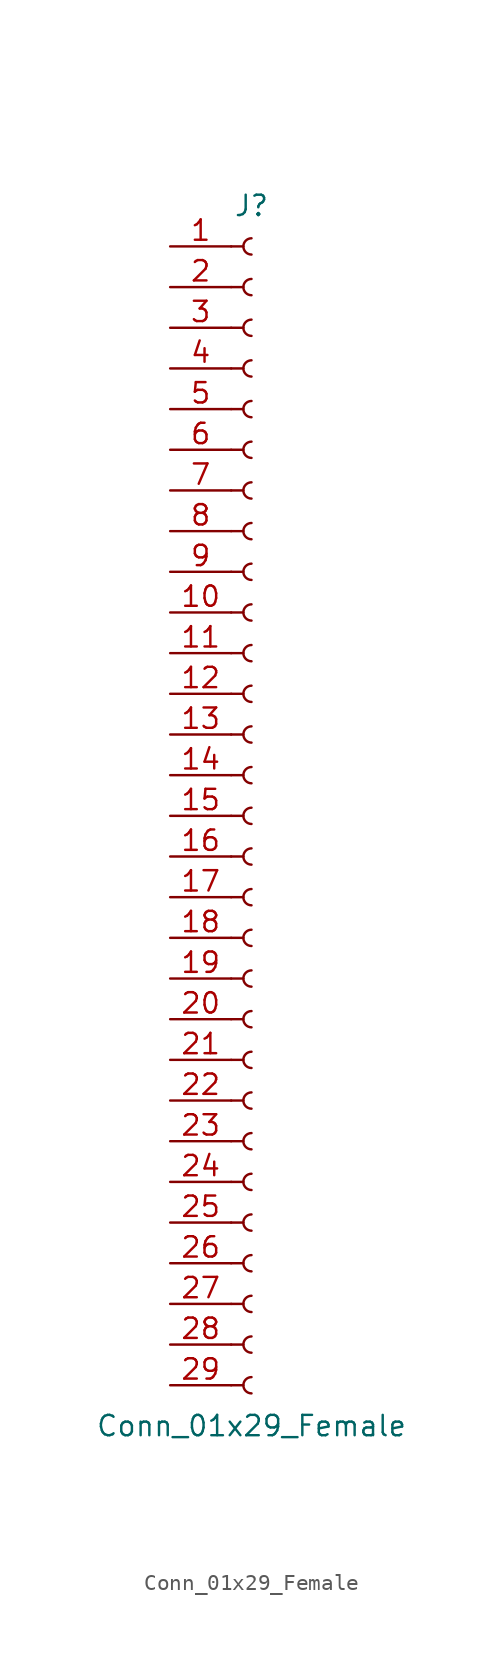
<source format=kicad_sym>
(kicad_symbol_lib
  (version 20201005)
  (generator kicad_symbol_editor)
  (symbol "Conn_01x29_Female"
    (pin_names
      (offset 1.016) hide)
    (property "Reference" "J"
      (at 0 38.1 0)
      (effects (font (size 1.27 1.27))))
    (property "Value" "Conn_01x29_Female"
      (at 0 -38.1 0)
      (effects (font (size 1.27 1.27))))
    (symbol "Conn_01x29_Female_1_1"
      (arc (start 0 -35.052) (end 0 -36.068) (radius (at 0 -35.56) (length 0.508) (angles 90.1 -90.1)) (stroke (width 0.1524)) (fill (type none)))
      (arc (start 0 -32.512) (end 0 -33.528) (radius (at 0 -33.02) (length 0.508) (angles 90.1 -90.1)) (stroke (width 0.1524)) (fill (type none)))
      (arc (start 0 -29.972) (end 0 -30.988) (radius (at 0 -30.48) (length 0.508) (angles 90.1 -90.1)) (stroke (width 0.1524)) (fill (type none)))
      (arc (start 0 -27.432) (end 0 -28.448) (radius (at 0 -27.94) (length 0.508) (angles 90.1 -90.1)) (stroke (width 0.1524)) (fill (type none)))
      (arc (start 0 -24.892) (end 0 -25.908) (radius (at 0 -25.4) (length 0.508) (angles 90.1 -90.1)) (stroke (width 0.1524)) (fill (type none)))
      (arc (start 0 -22.352) (end 0 -23.368) (radius (at 0 -22.86) (length 0.508) (angles 90.1 -90.1)) (stroke (width 0.1524)) (fill (type none)))
      (arc (start 0 -19.812) (end 0 -20.828) (radius (at 0 -20.32) (length 0.508) (angles 90.1 -90.1)) (stroke (width 0.1524)) (fill (type none)))
      (arc (start 0 -17.272) (end 0 -18.288) (radius (at 0 -17.78) (length 0.508) (angles 90.1 -90.1)) (stroke (width 0.1524)) (fill (type none)))
      (arc (start 0 -14.732) (end 0 -15.748) (radius (at 0 -15.24) (length 0.508) (angles 90.1 -90.1)) (stroke (width 0.1524)) (fill (type none)))
      (arc (start 0 -12.192) (end 0 -13.208) (radius (at 0 -12.7) (length 0.508) (angles 90.1 -90.1)) (stroke (width 0.1524)) (fill (type none)))
      (arc (start 0 -9.652) (end 0 -10.668) (radius (at 0 -10.16) (length 0.508) (angles 90.1 -90.1)) (stroke (width 0.1524)) (fill (type none)))
      (arc (start 0 -7.112) (end 0 -8.128) (radius (at 0 -7.62) (length 0.508) (angles 90.1 -90.1)) (stroke (width 0.1524)) (fill (type none)))
      (arc (start 0 -4.572) (end 0 -5.588) (radius (at 0 -5.08) (length 0.508) (angles 90.1 -90.1)) (stroke (width 0.1524)) (fill (type none)))
      (arc (start 0 -2.032) (end 0 -3.048) (radius (at 0 -2.54) (length 0.508) (angles 90.1 -90.1)) (stroke (width 0.1524)) (fill (type none)))
      (arc (start 0 0.508) (end 0 -0.508) (radius (at 0 0) (length 0.508) (angles 90.1 -90.1)) (stroke (width 0.1524)) (fill (type none)))
      (arc (start 0 3.048) (end 0 2.032) (radius (at 0 2.54) (length 0.508) (angles 90.1 -90.1)) (stroke (width 0.1524)) (fill (type none)))
      (arc (start 0 5.588) (end 0 4.572) (radius (at 0 5.08) (length 0.508) (angles 90.1 -90.1)) (stroke (width 0.1524)) (fill (type none)))
      (arc (start 0 8.128) (end 0 7.112) (radius (at 0 7.62) (length 0.508) (angles 90.1 -90.1)) (stroke (width 0.1524)) (fill (type none)))
      (arc (start 0 10.668) (end 0 9.652) (radius (at 0 10.16) (length 0.508) (angles 90.1 -90.1)) (stroke (width 0.1524)) (fill (type none)))
      (arc (start 0 13.208) (end 0 12.192) (radius (at 0 12.7) (length 0.508) (angles 90.1 -90.1)) (stroke (width 0.1524)) (fill (type none)))
      (arc (start 0 15.748) (end 0 14.732) (radius (at 0 15.24) (length 0.508) (angles 90.1 -90.1)) (stroke (width 0.1524)) (fill (type none)))
      (arc (start 0 18.288) (end 0 17.272) (radius (at 0 17.78) (length 0.508) (angles 90.1 -90.1)) (stroke (width 0.1524)) (fill (type none)))
      (arc (start 0 20.828) (end 0 19.812) (radius (at 0 20.32) (length 0.508) (angles 90.1 -90.1)) (stroke (width 0.1524)) (fill (type none)))
      (arc (start 0 23.368) (end 0 22.352) (radius (at 0 22.86) (length 0.508) (angles 90.1 -90.1)) (stroke (width 0.1524)) (fill (type none)))
      (arc (start 0 25.908) (end 0 24.892) (radius (at 0 25.4) (length 0.508) (angles 90.1 -90.1)) (stroke (width 0.1524)) (fill (type none)))
      (arc (start 0 28.448) (end 0 27.432) (radius (at 0 27.94) (length 0.508) (angles 90.1 -90.1)) (stroke (width 0.1524)) (fill (type none)))
      (arc (start 0 30.988) (end 0 29.972) (radius (at 0 30.48) (length 0.508) (angles 90.1 -90.1)) (stroke (width 0.1524)) (fill (type none)))
      (arc (start 0 33.528) (end 0 32.512) (radius (at 0 33.02) (length 0.508) (angles 90.1 -90.1)) (stroke (width 0.1524)) (fill (type none)))
      (arc (start 0 36.068) (end 0 35.052) (radius (at 0 35.56) (length 0.508) (angles 90.1 -90.1)) (stroke (width 0.1524)) (fill (type none)))
      (polyline (pts (xy -1.27 -35.56) (xy -0.508 -35.56)) (stroke (width 0.152)) (fill (type none)))
      (polyline (pts (xy -1.27 -33.02) (xy -0.508 -33.02)) (stroke (width 0.152)) (fill (type none)))
      (polyline (pts (xy -1.27 -30.48) (xy -0.508 -30.48)) (stroke (width 0.152)) (fill (type none)))
      (polyline (pts (xy -1.27 -27.94) (xy -0.508 -27.94)) (stroke (width 0.152)) (fill (type none)))
      (polyline (pts (xy -1.27 -25.4) (xy -0.508 -25.4)) (stroke (width 0.152)) (fill (type none)))
      (polyline (pts (xy -1.27 -22.86) (xy -0.508 -22.86)) (stroke (width 0.152)) (fill (type none)))
      (polyline (pts (xy -1.27 -20.32) (xy -0.508 -20.32)) (stroke (width 0.152)) (fill (type none)))
      (polyline (pts (xy -1.27 -17.78) (xy -0.508 -17.78)) (stroke (width 0.152)) (fill (type none)))
      (polyline (pts (xy -1.27 -15.24) (xy -0.508 -15.24)) (stroke (width 0.152)) (fill (type none)))
      (polyline (pts (xy -1.27 -12.7) (xy -0.508 -12.7)) (stroke (width 0.152)) (fill (type none)))
      (polyline (pts (xy -1.27 -10.16) (xy -0.508 -10.16)) (stroke (width 0.152)) (fill (type none)))
      (polyline (pts (xy -1.27 -7.62) (xy -0.508 -7.62)) (stroke (width 0.152)) (fill (type none)))
      (polyline (pts (xy -1.27 -5.08) (xy -0.508 -5.08)) (stroke (width 0.152)) (fill (type none)))
      (polyline (pts (xy -1.27 -2.54) (xy -0.508 -2.54)) (stroke (width 0.152)) (fill (type none)))
      (polyline (pts (xy -1.27 0) (xy -0.508 0)) (stroke (width 0.152)) (fill (type none)))
      (polyline (pts (xy -1.27 2.54) (xy -0.508 2.54)) (stroke (width 0.152)) (fill (type none)))
      (polyline (pts (xy -1.27 5.08) (xy -0.508 5.08)) (stroke (width 0.152)) (fill (type none)))
      (polyline (pts (xy -1.27 7.62) (xy -0.508 7.62)) (stroke (width 0.152)) (fill (type none)))
      (polyline (pts (xy -1.27 10.16) (xy -0.508 10.16)) (stroke (width 0.152)) (fill (type none)))
      (polyline (pts (xy -1.27 12.7) (xy -0.508 12.7)) (stroke (width 0.152)) (fill (type none)))
      (polyline (pts (xy -1.27 15.24) (xy -0.508 15.24)) (stroke (width 0.152)) (fill (type none)))
      (polyline (pts (xy -1.27 17.78) (xy -0.508 17.78)) (stroke (width 0.152)) (fill (type none)))
      (polyline (pts (xy -1.27 20.32) (xy -0.508 20.32)) (stroke (width 0.152)) (fill (type none)))
      (polyline (pts (xy -1.27 22.86) (xy -0.508 22.86)) (stroke (width 0.152)) (fill (type none)))
      (polyline (pts (xy -1.27 25.4) (xy -0.508 25.4)) (stroke (width 0.152)) (fill (type none)))
      (polyline (pts (xy -1.27 27.94) (xy -0.508 27.94)) (stroke (width 0.152)) (fill (type none)))
      (polyline (pts (xy -1.27 30.48) (xy -0.508 30.48)) (stroke (width 0.152)) (fill (type none)))
      (polyline (pts (xy -1.27 33.02) (xy -0.508 33.02)) (stroke (width 0.152)) (fill (type none)))
      (polyline (pts (xy -1.27 35.56) (xy -0.508 35.56)) (stroke (width 0.152)) (fill (type none)))
      (pin passive line (at -5.08 35.56 0) (length 3.81) (name "Pin_1" (effects (font (size 1.27 1.27)))) (number "1" (effects (font (size 1.27 1.27)))))
      (pin passive line (at -5.08 12.7 0) (length 3.81) (name "Pin_10" (effects (font (size 1.27 1.27)))) (number "10" (effects (font (size 1.27 1.27)))))
      (pin passive line (at -5.08 10.16 0) (length 3.81) (name "Pin_11" (effects (font (size 1.27 1.27)))) (number "11" (effects (font (size 1.27 1.27)))))
      (pin passive line (at -5.08 7.62 0) (length 3.81) (name "Pin_12" (effects (font (size 1.27 1.27)))) (number "12" (effects (font (size 1.27 1.27)))))
      (pin passive line (at -5.08 5.08 0) (length 3.81) (name "Pin_13" (effects (font (size 1.27 1.27)))) (number "13" (effects (font (size 1.27 1.27)))))
      (pin passive line (at -5.08 2.54 0) (length 3.81) (name "Pin_14" (effects (font (size 1.27 1.27)))) (number "14" (effects (font (size 1.27 1.27)))))
      (pin passive line (at -5.08 0 0) (length 3.81) (name "Pin_15" (effects (font (size 1.27 1.27)))) (number "15" (effects (font (size 1.27 1.27)))))
      (pin passive line (at -5.08 -2.54 0) (length 3.81) (name "Pin_16" (effects (font (size 1.27 1.27)))) (number "16" (effects (font (size 1.27 1.27)))))
      (pin passive line (at -5.08 -5.08 0) (length 3.81) (name "Pin_17" (effects (font (size 1.27 1.27)))) (number "17" (effects (font (size 1.27 1.27)))))
      (pin passive line (at -5.08 -7.62 0) (length 3.81) (name "Pin_18" (effects (font (size 1.27 1.27)))) (number "18" (effects (font (size 1.27 1.27)))))
      (pin passive line (at -5.08 -10.16 0) (length 3.81) (name "Pin_19" (effects (font (size 1.27 1.27)))) (number "19" (effects (font (size 1.27 1.27)))))
      (pin passive line (at -5.08 33.02 0) (length 3.81) (name "Pin_2" (effects (font (size 1.27 1.27)))) (number "2" (effects (font (size 1.27 1.27)))))
      (pin passive line (at -5.08 -12.7 0) (length 3.81) (name "Pin_20" (effects (font (size 1.27 1.27)))) (number "20" (effects (font (size 1.27 1.27)))))
      (pin passive line (at -5.08 -15.24 0) (length 3.81) (name "Pin_21" (effects (font (size 1.27 1.27)))) (number "21" (effects (font (size 1.27 1.27)))))
      (pin passive line (at -5.08 -17.78 0) (length 3.81) (name "Pin_22" (effects (font (size 1.27 1.27)))) (number "22" (effects (font (size 1.27 1.27)))))
      (pin passive line (at -5.08 -20.32 0) (length 3.81) (name "Pin_23" (effects (font (size 1.27 1.27)))) (number "23" (effects (font (size 1.27 1.27)))))
      (pin passive line (at -5.08 -22.86 0) (length 3.81) (name "Pin_24" (effects (font (size 1.27 1.27)))) (number "24" (effects (font (size 1.27 1.27)))))
      (pin passive line (at -5.08 -25.4 0) (length 3.81) (name "Pin_25" (effects (font (size 1.27 1.27)))) (number "25" (effects (font (size 1.27 1.27)))))
      (pin passive line (at -5.08 -27.94 0) (length 3.81) (name "Pin_26" (effects (font (size 1.27 1.27)))) (number "26" (effects (font (size 1.27 1.27)))))
      (pin passive line (at -5.08 -30.48 0) (length 3.81) (name "Pin_27" (effects (font (size 1.27 1.27)))) (number "27" (effects (font (size 1.27 1.27)))))
      (pin passive line (at -5.08 -33.02 0) (length 3.81) (name "Pin_28" (effects (font (size 1.27 1.27)))) (number "28" (effects (font (size 1.27 1.27)))))
      (pin passive line (at -5.08 -35.56 0) (length 3.81) (name "Pin_29" (effects (font (size 1.27 1.27)))) (number "29" (effects (font (size 1.27 1.27)))))
      (pin passive line (at -5.08 30.48 0) (length 3.81) (name "Pin_3" (effects (font (size 1.27 1.27)))) (number "3" (effects (font (size 1.27 1.27)))))
      (pin passive line (at -5.08 27.94 0) (length 3.81) (name "Pin_4" (effects (font (size 1.27 1.27)))) (number "4" (effects (font (size 1.27 1.27)))))
      (pin passive line (at -5.08 25.4 0) (length 3.81) (name "Pin_5" (effects (font (size 1.27 1.27)))) (number "5" (effects (font (size 1.27 1.27)))))
      (pin passive line (at -5.08 22.86 0) (length 3.81) (name "Pin_6" (effects (font (size 1.27 1.27)))) (number "6" (effects (font (size 1.27 1.27)))))
      (pin passive line (at -5.08 20.32 0) (length 3.81) (name "Pin_7" (effects (font (size 1.27 1.27)))) (number "7" (effects (font (size 1.27 1.27)))))
      (pin passive line (at -5.08 17.78 0) (length 3.81) (name "Pin_8" (effects (font (size 1.27 1.27)))) (number "8" (effects (font (size 1.27 1.27)))))
      (pin passive line (at -5.08 15.24 0) (length 3.81) (name "Pin_9" (effects (font (size 1.27 1.27)))) (number "9" (effects (font (size 1.27 1.27))))))))
</source>
